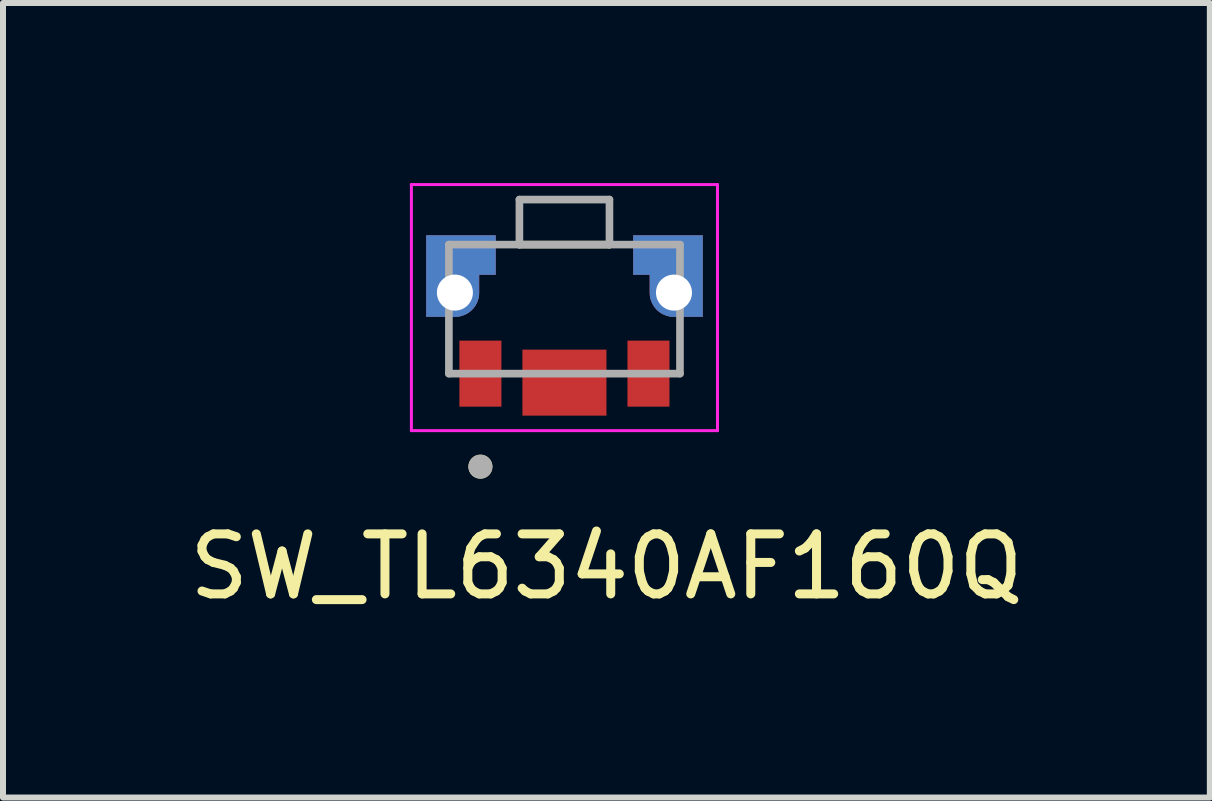
<source format=kicad_pcb>
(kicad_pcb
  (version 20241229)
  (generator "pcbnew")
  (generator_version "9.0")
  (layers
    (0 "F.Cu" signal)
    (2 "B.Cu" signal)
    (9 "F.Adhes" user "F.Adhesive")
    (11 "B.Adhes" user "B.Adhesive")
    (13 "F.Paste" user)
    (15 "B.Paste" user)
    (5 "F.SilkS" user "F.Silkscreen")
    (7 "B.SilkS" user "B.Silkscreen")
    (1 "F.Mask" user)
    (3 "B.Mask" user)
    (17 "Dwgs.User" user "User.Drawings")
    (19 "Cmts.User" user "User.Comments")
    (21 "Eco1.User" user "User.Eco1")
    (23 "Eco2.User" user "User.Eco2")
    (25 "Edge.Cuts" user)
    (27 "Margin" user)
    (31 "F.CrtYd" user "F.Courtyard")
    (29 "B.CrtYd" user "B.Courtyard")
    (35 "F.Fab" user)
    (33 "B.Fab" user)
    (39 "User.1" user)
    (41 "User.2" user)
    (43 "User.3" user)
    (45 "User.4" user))
  (footprint "SW_TL6340AF160Q"
    (layer "F.Cu")
    (at 6.354 1.825)
    (property "Reference" "SW_TL6340AF160Q" (at 0.7 4.565 0) (layer "F.SilkS") (effects (font (size 1 1) (thickness 0.15))))
    (attr smd)
    (fp_poly (pts (xy 1.15 -0.95) (xy 2.3 -0.95) (xy 2.3 0.4) (xy 1.825 0.4) (xy 1.804 0.399) (xy 1.783 0.398) (xy 1.762 0.395) (xy 1.742 0.391) (xy 1.721 0.386) (xy 1.701 0.38) (xy 1.682 0.373) (xy 1.662 0.365) (xy 1.643 0.356) (xy 1.625 0.346) (xy 1.607 0.335) (xy 1.59 0.324) (xy 1.573 0.311) (xy 1.557 0.297) (xy 1.542 0.283) (xy 1.528 0.268) (xy 1.514 0.252) (xy 1.501 0.235) (xy 1.49 0.218) (xy 1.479 0.2) (xy 1.469 0.182) (xy 1.46 0.163) (xy 1.452 0.143) (xy 1.445 0.124) (xy 1.439 0.104) (xy 1.434 0.083) (xy 1.43 0.063) (xy 1.427 0.042) (xy 1.426 0.021) (xy 1.425 0) (xy 1.425 -0.3) (xy 1.15 -0.3) (xy 1.15 -0.95)) (stroke (width 0.01) (type solid)) (fill yes) (layer "F.Cu"))
    (fp_poly (pts (xy -2.295 -0.95) (xy -2.3 -0.95) (xy -2.3 0.4) (xy -1.825 0.4) (xy -1.804 0.399) (xy -1.783 0.398) (xy -1.762 0.395) (xy -1.742 0.391) (xy -1.721 0.386) (xy -1.701 0.38) (xy -1.682 0.373) (xy -1.662 0.365) (xy -1.643 0.356) (xy -1.625 0.346) (xy -1.607 0.335) (xy -1.59 0.324) (xy -1.573 0.311) (xy -1.557 0.297) (xy -1.542 0.283) (xy -1.528 0.268) (xy -1.514 0.252) (xy -1.501 0.235) (xy -1.49 0.218) (xy -1.479 0.2) (xy -1.469 0.182) (xy -1.46 0.163) (xy -1.452 0.143) (xy -1.445 0.124) (xy -1.439 0.104) (xy -1.434 0.083) (xy -1.43 0.063) (xy -1.427 0.042) (xy -1.426 0.021) (xy -1.425 0) (xy -1.425 -0.3) (xy -1.15 -0.3) (xy -1.15 -0.95) (xy -2.295 -0.95)) (stroke (width 0.01) (type solid)) (fill yes) (layer "F.Cu"))
    (fp_poly (pts (xy 1.325 -0.2) (xy 1.05 -0.2) (xy 1.05 -1.05) (xy 2.4 -1.05) (xy 2.4 0.5) (xy 1.825 0.5) (xy 1.799 0.499) (xy 1.773 0.497) (xy 1.747 0.494) (xy 1.721 0.489) (xy 1.696 0.483) (xy 1.67 0.476) (xy 1.646 0.467) (xy 1.622 0.457) (xy 1.598 0.446) (xy 1.575 0.433) (xy 1.553 0.419) (xy 1.531 0.405) (xy 1.51 0.389) (xy 1.49 0.372) (xy 1.471 0.354) (xy 1.453 0.335) (xy 1.436 0.315) (xy 1.42 0.294) (xy 1.406 0.272) (xy 1.392 0.25) (xy 1.379 0.227) (xy 1.368 0.203) (xy 1.358 0.179) (xy 1.349 0.155) (xy 1.342 0.129) (xy 1.336 0.104) (xy 1.331 0.078) (xy 1.328 0.052) (xy 1.326 0.026) (xy 1.325 0) (xy 1.325 -0.2)) (stroke (width 0.01) (type solid)) (fill yes) (layer "F.Mask"))
    (fp_poly (pts (xy -1.325 -0.2) (xy -1.05 -0.2) (xy -1.05 -1.05) (xy -1.075 -1.05) (xy -2.4 -1.05) (xy -2.4 0.5) (xy -1.825 0.5) (xy -1.799 0.499) (xy -1.773 0.497) (xy -1.747 0.494) (xy -1.721 0.489) (xy -1.696 0.483) (xy -1.67 0.476) (xy -1.646 0.467) (xy -1.622 0.457) (xy -1.598 0.446) (xy -1.575 0.433) (xy -1.553 0.419) (xy -1.531 0.405) (xy -1.51 0.389) (xy -1.49 0.372) (xy -1.471 0.354) (xy -1.453 0.335) (xy -1.436 0.315) (xy -1.42 0.294) (xy -1.406 0.272) (xy -1.392 0.25) (xy -1.379 0.227) (xy -1.368 0.203) (xy -1.358 0.179) (xy -1.349 0.155) (xy -1.342 0.129) (xy -1.336 0.104) (xy -1.331 0.078) (xy -1.328 0.052) (xy -1.326 0.026) (xy -1.325 0) (xy -1.325 -0.2)) (stroke (width 0.01) (type solid)) (fill yes) (layer "F.Mask"))
    (fp_poly (pts (xy -1.15 -0.95) (xy -2.3 -0.95) (xy -2.3 0.4) (xy -1.825 0.4) (xy -1.804 0.399) (xy -1.783 0.398) (xy -1.762 0.395) (xy -1.742 0.391) (xy -1.721 0.386) (xy -1.701 0.38) (xy -1.682 0.373) (xy -1.662 0.365) (xy -1.643 0.356) (xy -1.625 0.346) (xy -1.607 0.335) (xy -1.59 0.324) (xy -1.573 0.311) (xy -1.557 0.297) (xy -1.542 0.283) (xy -1.528 0.268) (xy -1.514 0.252) (xy -1.501 0.235) (xy -1.49 0.218) (xy -1.479 0.2) (xy -1.469 0.182) (xy -1.46 0.163) (xy -1.452 0.143) (xy -1.445 0.124) (xy -1.439 0.104) (xy -1.434 0.083) (xy -1.43 0.063) (xy -1.427 0.042) (xy -1.426 0.021) (xy -1.425 0) (xy -1.425 -0.3) (xy -1.15 -0.3) (xy -1.15 -0.95)) (stroke (width 0.01) (type solid)) (fill yes) (layer "B.Cu"))
    (fp_poly (pts (xy 1.15 -0.95) (xy 2.3 -0.95) (xy 2.3 0.4) (xy 1.825 0.4) (xy 1.804 0.399) (xy 1.783 0.398) (xy 1.762 0.395) (xy 1.742 0.391) (xy 1.721 0.386) (xy 1.701 0.38) (xy 1.682 0.373) (xy 1.662 0.365) (xy 1.643 0.356) (xy 1.625 0.346) (xy 1.607 0.335) (xy 1.59 0.324) (xy 1.573 0.311) (xy 1.557 0.297) (xy 1.542 0.283) (xy 1.528 0.268) (xy 1.514 0.252) (xy 1.501 0.235) (xy 1.49 0.218) (xy 1.479 0.2) (xy 1.469 0.182) (xy 1.46 0.163) (xy 1.452 0.143) (xy 1.445 0.124) (xy 1.439 0.104) (xy 1.434 0.083) (xy 1.43 0.063) (xy 1.427 0.042) (xy 1.426 0.021) (xy 1.425 0) (xy 1.425 -0.3) (xy 1.15 -0.3) (xy 1.15 -0.95)) (stroke (width 0.01) (type solid)) (fill yes) (layer "B.Cu"))
    (fp_poly (pts (xy -1.325 -0.2) (xy -1.05 -0.2) (xy -1.05 -1.05) (xy -2.4 -1.05) (xy -2.4 0.5) (xy -1.825 0.5) (xy -1.799 0.499) (xy -1.773 0.497) (xy -1.747 0.494) (xy -1.721 0.489) (xy -1.696 0.483) (xy -1.67 0.476) (xy -1.646 0.467) (xy -1.622 0.457) (xy -1.598 0.446) (xy -1.575 0.433) (xy -1.553 0.419) (xy -1.531 0.405) (xy -1.51 0.389) (xy -1.49 0.372) (xy -1.471 0.354) (xy -1.453 0.335) (xy -1.436 0.315) (xy -1.42 0.294) (xy -1.406 0.272) (xy -1.392 0.25) (xy -1.379 0.227) (xy -1.368 0.203) (xy -1.358 0.179) (xy -1.349 0.155) (xy -1.342 0.129) (xy -1.336 0.104) (xy -1.331 0.078) (xy -1.328 0.052) (xy -1.326 0.026) (xy -1.325 0) (xy -1.325 -0.2)) (stroke (width 0.01) (type solid)) (fill yes) (layer "B.Mask"))
    (fp_poly (pts (xy 1.325 -0.2) (xy 1.05 -0.2) (xy 1.05 -1.05) (xy 2.4 -1.05) (xy 2.4 0.5) (xy 1.825 0.5) (xy 1.799 0.499) (xy 1.773 0.497) (xy 1.747 0.494) (xy 1.721 0.489) (xy 1.696 0.483) (xy 1.67 0.476) (xy 1.646 0.467) (xy 1.622 0.457) (xy 1.598 0.446) (xy 1.575 0.433) (xy 1.553 0.419) (xy 1.531 0.405) (xy 1.51 0.389) (xy 1.49 0.372) (xy 1.471 0.354) (xy 1.453 0.335) (xy 1.436 0.315) (xy 1.42 0.294) (xy 1.406 0.272) (xy 1.392 0.25) (xy 1.379 0.227) (xy 1.368 0.203) (xy 1.358 0.179) (xy 1.349 0.155) (xy 1.342 0.129) (xy 1.336 0.104) (xy 1.331 0.078) (xy 1.328 0.052) (xy 1.326 0.026) (xy 1.325 0) (xy 1.325 -0.2)) (stroke (width 0.01) (type solid)) (fill yes) (layer "B.Mask"))
    (fp_line (start 0.75 -0.8) (end -0.75 -0.8) (stroke (width 0.127) (type solid)) (layer "F.SilkS"))
    (fp_circle (center -1.4 2.9) (end -1.3 2.9) (stroke (width 0.2) (type solid)) (fill no) (layer "F.SilkS"))
    (fp_line (start -2.55 -1.8) (end -2.55 2.3) (stroke (width 0.05) (type solid)) (layer "F.CrtYd"))
    (fp_line (start -2.55 2.3) (end 2.55 2.3) (stroke (width 0.05) (type solid)) (layer "F.CrtYd"))
    (fp_line (start 2.55 -1.8) (end -2.55 -1.8) (stroke (width 0.05) (type solid)) (layer "F.CrtYd"))
    (fp_line (start 2.55 2.3) (end 2.55 -1.8) (stroke (width 0.05) (type solid)) (layer "F.CrtYd"))
    (fp_line (start -1.925 -0.8) (end -1.925 1.35) (stroke (width 0.127) (type solid)) (layer "F.Fab"))
    (fp_line (start -1.925 -0.8) (end -0.75 -0.8) (stroke (width 0.127) (type solid)) (layer "F.Fab"))
    (fp_line (start -1.925 1.35) (end 1.925 1.35) (stroke (width 0.127) (type solid)) (layer "F.Fab"))
    (fp_line (start -0.75 -1.55) (end 0.75 -1.55) (stroke (width 0.127) (type solid)) (layer "F.Fab"))
    (fp_line (start -0.75 -0.8) (end -0.75 -1.55) (stroke (width 0.127) (type solid)) (layer "F.Fab"))
    (fp_line (start 0.75 -1.55) (end 0.75 -0.8) (stroke (width 0.127) (type solid)) (layer "F.Fab"))
    (fp_line (start 0.75 -0.8) (end -0.75 -0.8) (stroke (width 0.127) (type solid)) (layer "F.Fab"))
    (fp_line (start 1.925 -0.8) (end 0.75 -0.8) (stroke (width 0.127) (type solid)) (layer "F.Fab"))
    (fp_line (start 1.925 1.35) (end 1.925 -0.8) (stroke (width 0.127) (type solid)) (layer "F.Fab"))
    (fp_circle (center -1.4 2.9) (end -1.3 2.9) (stroke (width 0.2) (type solid)) (fill no) (layer "F.Fab"))
    (pad "1" smd rect (at -1.4 1.35) (size 0.7 1.1) (layers "F.Cu" "F.Mask" "F.Paste"))
    (pad "2" smd rect (at 1.4 1.35) (size 0.7 1.1) (layers "F.Cu" "F.Mask" "F.Paste"))
    (pad "SH1" thru_hole circle (at -1.825 0) (size 0.8 0.8) (drill 0.6) (layers "*.Cu"))
    (pad "SH2" thru_hole circle (at 1.825 0) (size 0.8 0.8) (drill 0.6) (layers "*.Cu"))
    (pad "SH3" smd rect (at 0 1.5) (size 1.4 1.1) (layers "F.Cu" "F.Mask" "F.Paste")))
  (gr_rect
    (start -3 -3)
    (end 17.107 10.238)
    (stroke (width 0.1) (type default))
    (fill no)
    (layer "Edge.Cuts")))
</source>
